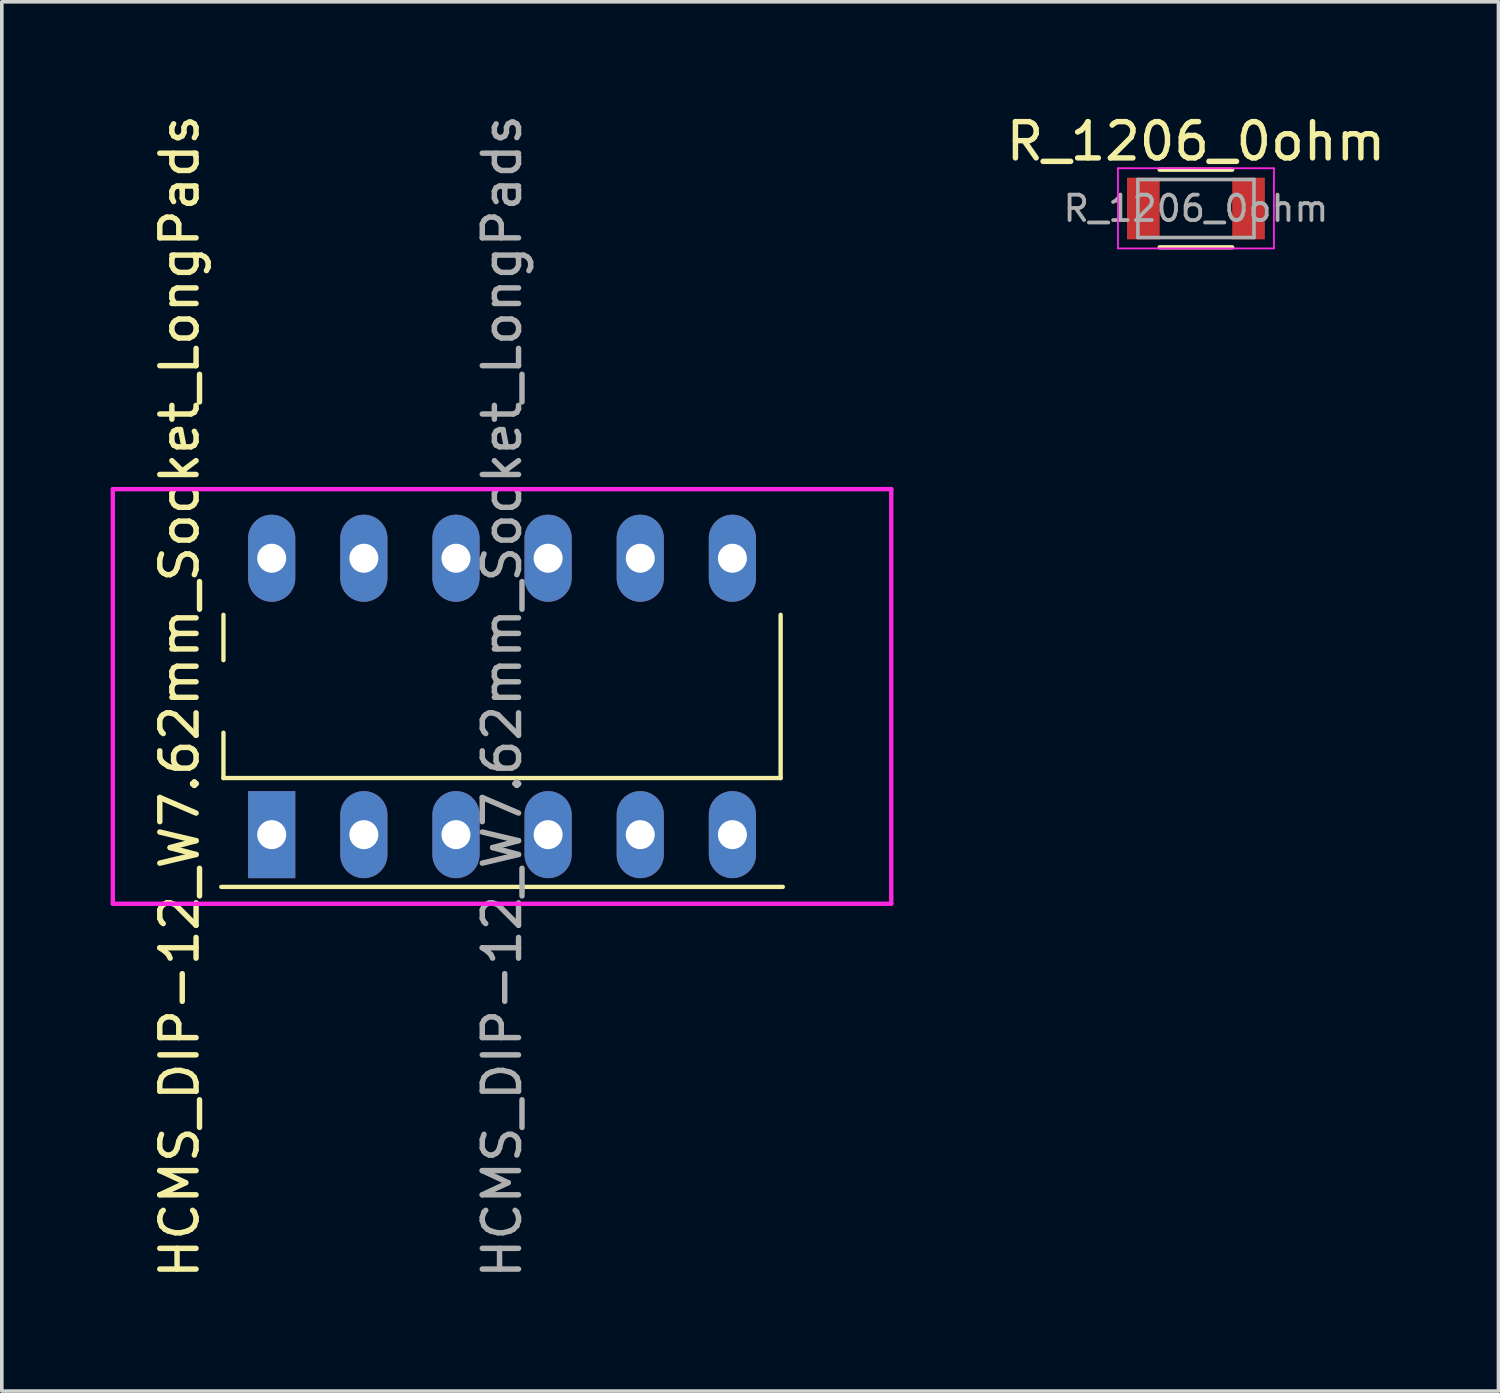
<source format=kicad_pcb>
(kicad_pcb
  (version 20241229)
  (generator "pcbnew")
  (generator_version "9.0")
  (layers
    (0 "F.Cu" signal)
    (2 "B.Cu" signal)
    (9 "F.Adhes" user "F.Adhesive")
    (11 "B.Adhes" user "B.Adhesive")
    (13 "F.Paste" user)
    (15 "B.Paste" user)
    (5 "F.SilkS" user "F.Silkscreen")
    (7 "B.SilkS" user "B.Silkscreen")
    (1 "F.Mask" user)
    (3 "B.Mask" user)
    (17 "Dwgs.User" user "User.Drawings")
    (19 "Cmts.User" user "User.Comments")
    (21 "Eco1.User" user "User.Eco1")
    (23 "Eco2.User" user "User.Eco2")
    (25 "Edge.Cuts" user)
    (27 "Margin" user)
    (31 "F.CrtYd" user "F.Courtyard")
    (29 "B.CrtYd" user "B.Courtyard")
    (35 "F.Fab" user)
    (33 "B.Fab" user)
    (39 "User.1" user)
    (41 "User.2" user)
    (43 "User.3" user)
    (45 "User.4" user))
  (footprint "R_1206_0ohm"
    (layer "F.Cu")
    (at 29.919 2.698)
    (property "Reference" "R_1206_0ohm" (at 0 -1.85 0) (layer "F.SilkS") (effects (font (size 1 1) (thickness 0.15))))
    (attr smd)
    (fp_line (start -1 -1.07) (end 1 -1.07) (stroke (width 0.12) (type solid)) (layer "F.SilkS"))
    (fp_line (start 1 1.07) (end -1 1.07) (stroke (width 0.12) (type solid)) (layer "F.SilkS"))
    (fp_line (start -2.15 -1.11) (end -2.15 1.1) (stroke (width 0.05) (type solid)) (layer "F.CrtYd"))
    (fp_line (start -2.15 -1.11) (end 2.15 -1.11) (stroke (width 0.05) (type solid)) (layer "F.CrtYd"))
    (fp_line (start 2.15 1.1) (end -2.15 1.1) (stroke (width 0.05) (type solid)) (layer "F.CrtYd"))
    (fp_line (start 2.15 1.1) (end 2.15 -1.11) (stroke (width 0.05) (type solid)) (layer "F.CrtYd"))
    (fp_line (start -1.6 -0.8) (end 1.6 -0.8) (stroke (width 0.1) (type solid)) (layer "F.Fab"))
    (fp_line (start -1.6 0.8) (end -1.6 -0.8) (stroke (width 0.1) (type solid)) (layer "F.Fab"))
    (fp_line (start 1.6 -0.8) (end 1.6 0.8) (stroke (width 0.1) (type solid)) (layer "F.Fab"))
    (fp_line (start 1.6 0.8) (end -1.6 0.8) (stroke (width 0.1) (type solid)) (layer "F.Fab"))
    (fp_text user "${REFERENCE}" (at 0 0 0) (layer "F.Fab") (effects (font (size 0.7 0.7) (thickness 0.105))))
    (pad "1" smd rect (at -1.45 0) (size 0.9 1.7) (layers "F.Cu" "F.Mask" "F.Paste"))
    (pad "1" smd rect (at 1.45 0) (size 0.9 1.7) (layers "F.Cu" "F.Mask" "F.Paste")))
  (footprint "HCMS_DIP-12_W7.62mm_Socket_LongPads"
    (layer "F.Cu")
    (at 10.79 16.149)
    (property "Reference" "HCMS_DIP-12_W7.62mm_Socket_LongPads" (at -8.89 0 270) (layer "F.SilkS") (effects (font (size 1 1) (thickness 0.15))))
    (attr through_hole)
    (fp_line (start -7.74 5.25) (end 7.74 5.25) (stroke (width 0.12) (type solid)) (layer "F.SilkS"))
    (fp_line (start -7.68 -2.25) (end -7.68 -1) (stroke (width 0.12) (type solid)) (layer "F.SilkS"))
    (fp_line (start -7.68 1) (end -7.68 2.25) (stroke (width 0.12) (type solid)) (layer "F.SilkS"))
    (fp_line (start -7.68 2.25) (end 7.68 2.25) (stroke (width 0.12) (type solid)) (layer "F.SilkS"))
    (fp_line (start 7.68 2.25) (end 7.68 -2.25) (stroke (width 0.12) (type solid)) (layer "F.SilkS"))
    (fp_line (start -10.73 -5.715) (end -10.73 5.715) (stroke (width 0.12) (type solid)) (layer "F.CrtYd"))
    (fp_line (start -10.73 5.715) (end 10.73 5.715) (stroke (width 0.12) (type solid)) (layer "F.CrtYd"))
    (fp_line (start 10.73 -5.715) (end -10.73 -5.715) (stroke (width 0.12) (type solid)) (layer "F.CrtYd"))
    (fp_line (start 10.73 5.715) (end 10.73 -5.715) (stroke (width 0.12) (type solid)) (layer "F.CrtYd"))
    (fp_text user "${REFERENCE}" (at 0 0 90) (layer "F.Fab") (effects (font (size 1 1) (thickness 0.15))))
    (pad "1" thru_hole rect (at -6.35 3.81 90) (size 2.4 1.3) (drill 0.8) (layers "*.Cu" "*.Mask"))
    (pad "2" thru_hole oval (at -3.81 3.81 90) (size 2.4 1.3) (drill 0.8) (layers "*.Cu" "*.Mask"))
    (pad "3" thru_hole oval (at -1.27 3.81 90) (size 2.4 1.3) (drill 0.8) (layers "*.Cu" "*.Mask"))
    (pad "4" thru_hole oval (at 1.27 3.81 90) (size 2.4 1.3) (drill 0.8) (layers "*.Cu" "*.Mask"))
    (pad "5" thru_hole oval (at 3.81 3.81 90) (size 2.4 1.3) (drill 0.8) (layers "*.Cu" "*.Mask"))
    (pad "6" thru_hole oval (at 6.35 3.81 90) (size 2.4 1.3) (drill 0.8) (layers "*.Cu" "*.Mask"))
    (pad "7" thru_hole oval (at 6.35 -3.81 90) (size 2.4 1.3) (drill 0.8) (layers "*.Cu" "*.Mask"))
    (pad "8" thru_hole oval (at 3.81 -3.81 90) (size 2.4 1.3) (drill 0.8) (layers "*.Cu" "*.Mask"))
    (pad "9" thru_hole oval (at 1.27 -3.81 90) (size 2.4 1.3) (drill 0.8) (layers "*.Cu" "*.Mask"))
    (pad "10" thru_hole oval (at -1.27 -3.81 90) (size 2.4 1.3) (drill 0.8) (layers "*.Cu" "*.Mask"))
    (pad "11" thru_hole oval (at -3.81 -3.81 90) (size 2.4 1.3) (drill 0.8) (layers "*.Cu" "*.Mask"))
    (pad "12" thru_hole oval (at -6.35 -3.81 90) (size 2.4 1.3) (drill 0.8) (layers "*.Cu" "*.Mask")))
  (gr_rect
    (start -3 -3)
    (end 38.259 35.298)
    (stroke (width 0.1) (type default))
    (fill no)
    (layer "Edge.Cuts")))
</source>
